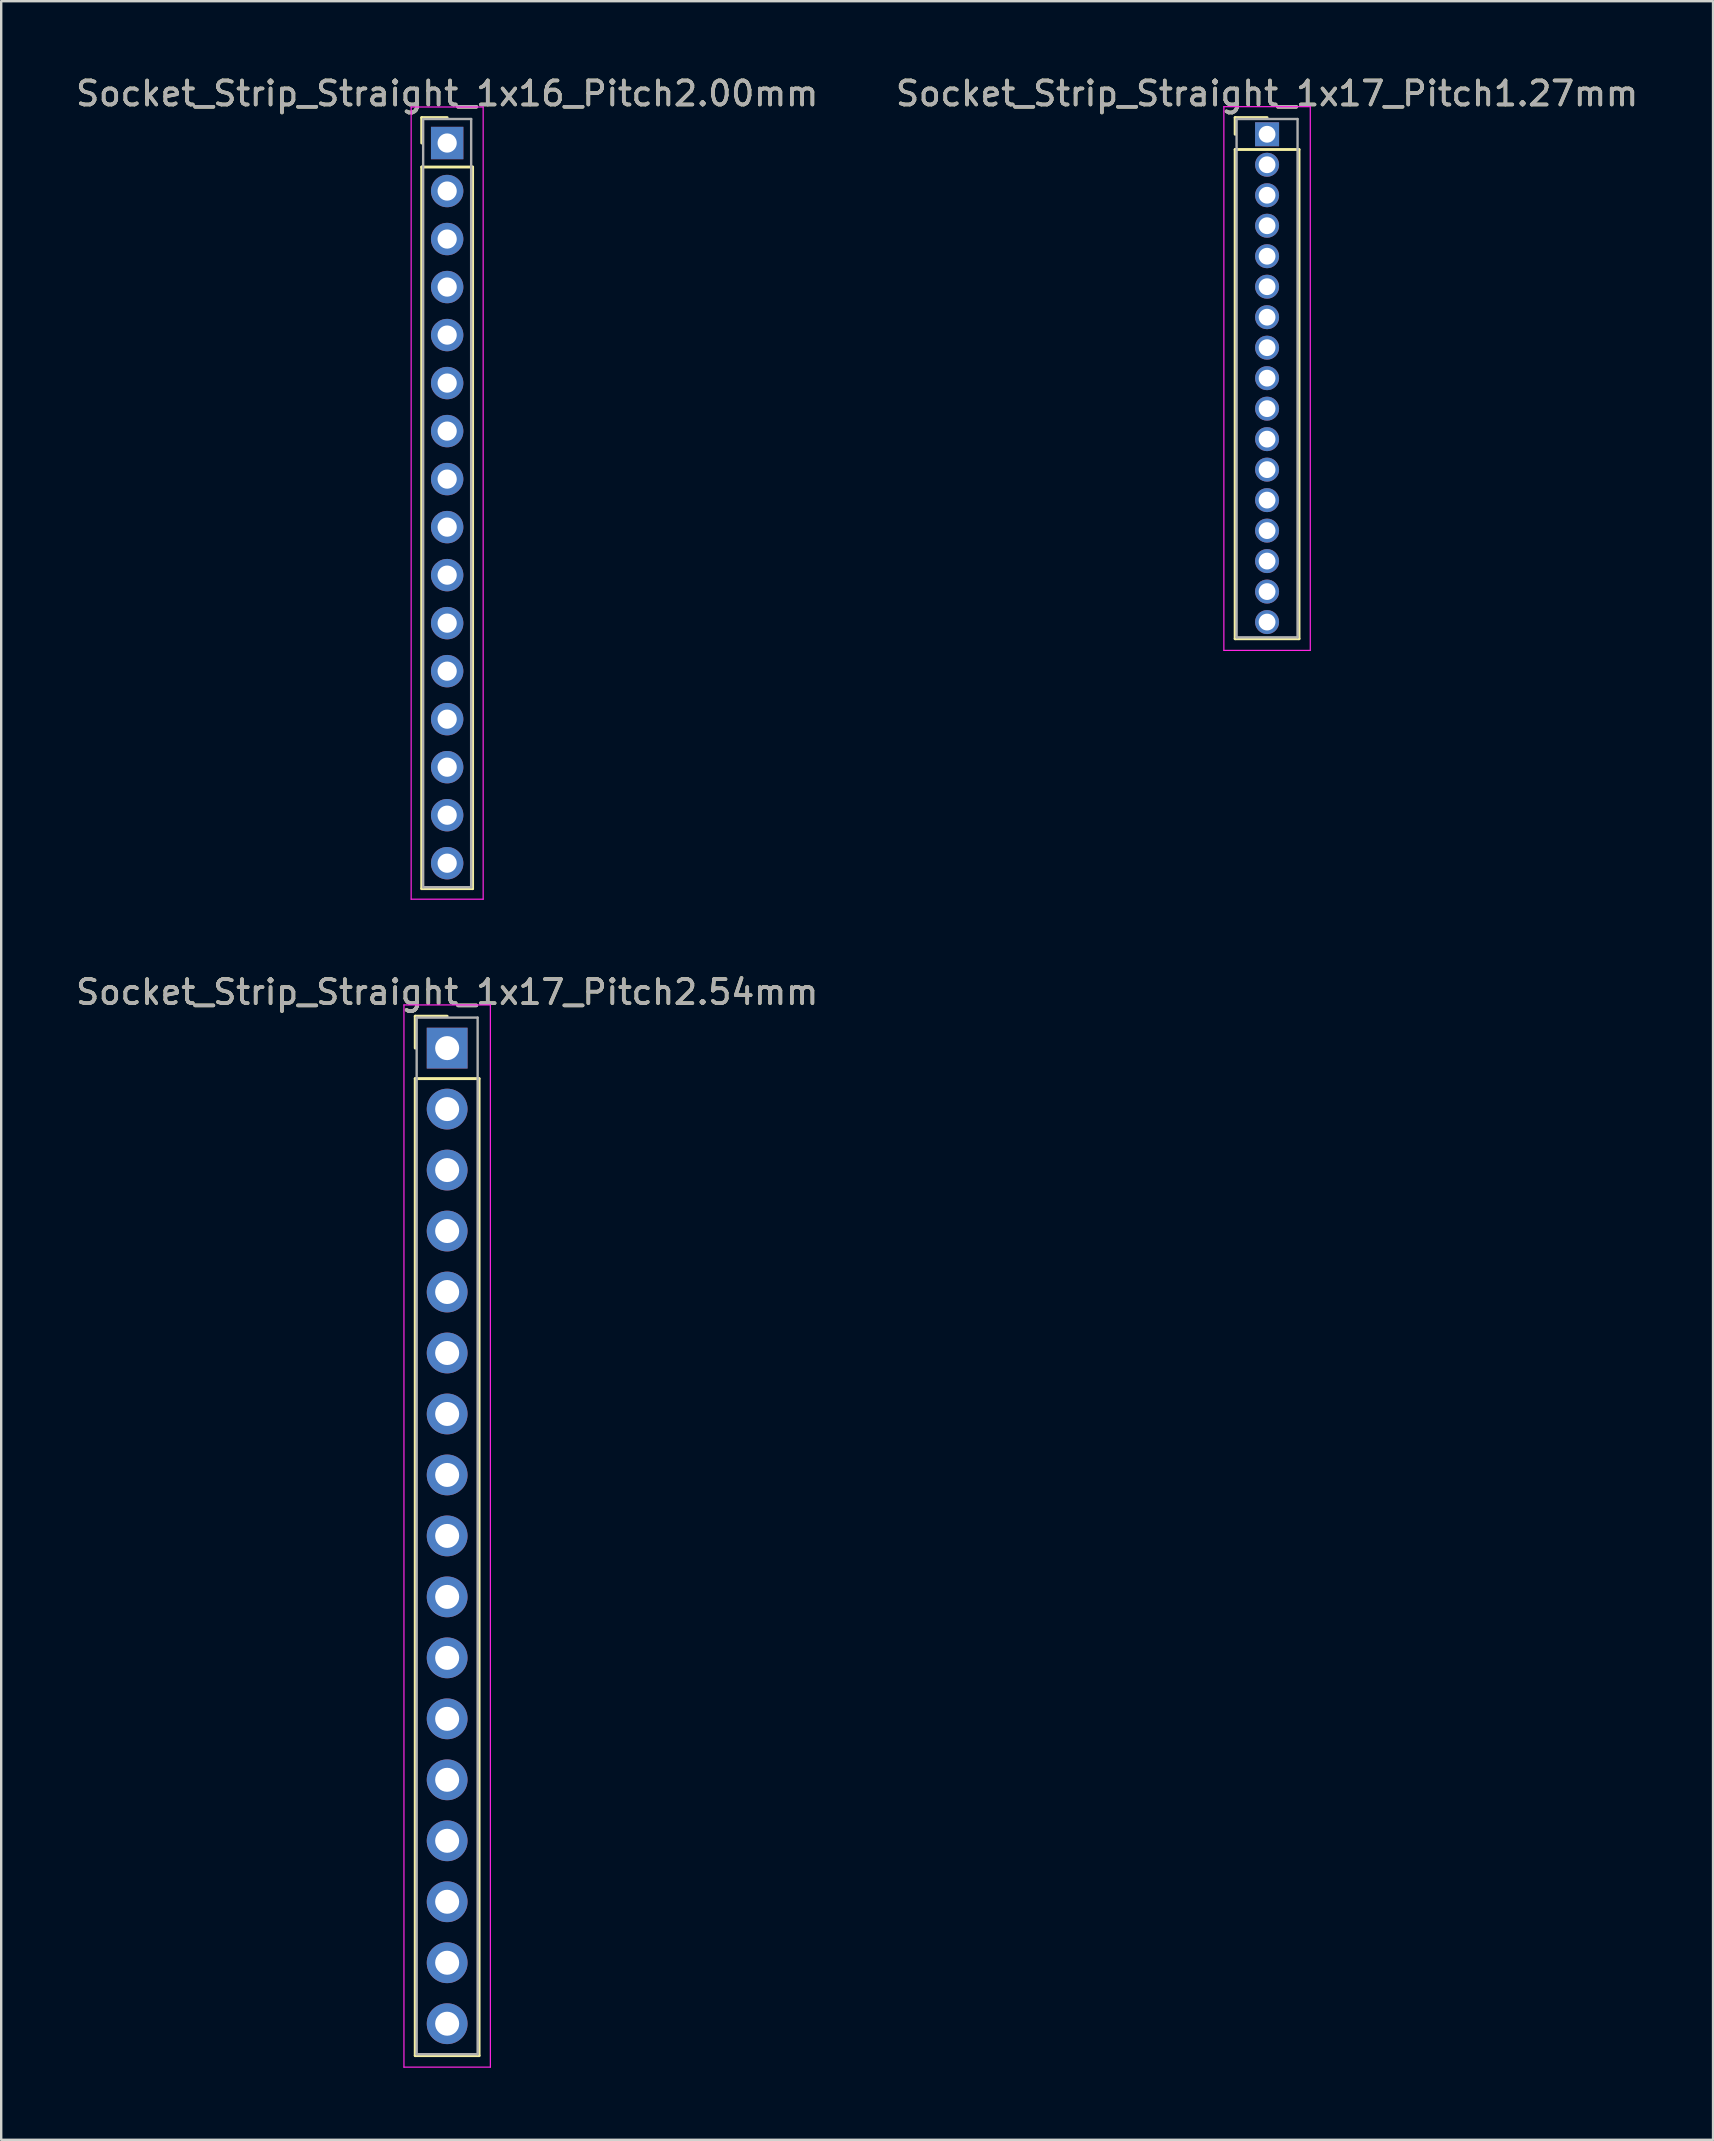
<source format=kicad_pcb>
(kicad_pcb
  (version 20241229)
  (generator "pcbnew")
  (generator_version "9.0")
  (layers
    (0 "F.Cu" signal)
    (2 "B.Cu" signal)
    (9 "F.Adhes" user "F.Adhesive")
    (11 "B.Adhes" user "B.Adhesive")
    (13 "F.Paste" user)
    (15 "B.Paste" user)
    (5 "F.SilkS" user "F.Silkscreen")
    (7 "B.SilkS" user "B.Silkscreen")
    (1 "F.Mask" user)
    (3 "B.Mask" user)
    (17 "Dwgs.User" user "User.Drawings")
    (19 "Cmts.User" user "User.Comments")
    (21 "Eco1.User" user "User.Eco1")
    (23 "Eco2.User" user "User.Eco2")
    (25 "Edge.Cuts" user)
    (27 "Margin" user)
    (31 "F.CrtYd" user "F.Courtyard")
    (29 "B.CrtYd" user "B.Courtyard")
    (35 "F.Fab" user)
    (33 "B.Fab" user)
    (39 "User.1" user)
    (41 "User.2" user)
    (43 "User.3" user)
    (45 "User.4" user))
  (footprint "Socket_Strip_Straight_1x17_Pitch2.54mm"
    (layer "F.Cu")
    (at 15.577 40.611)
    (property "Reference" "Socket_Strip_Straight_1x17_Pitch2.54mm" (at 0 -2.33 0) (layer "F.SilkS") (effects (font (size 1 1) (thickness 0.15))))
    (attr through_hole)
    (fp_line (start -1.33 -1.33) (end 0 -1.33) (stroke (width 0.12) (type solid)) (layer "F.SilkS"))
    (fp_line (start -1.33 0) (end -1.33 -1.33) (stroke (width 0.12) (type solid)) (layer "F.SilkS"))
    (fp_line (start -1.33 1.27) (end -1.33 41.97) (stroke (width 0.12) (type solid)) (layer "F.SilkS"))
    (fp_line (start -1.33 41.97) (end 1.33 41.97) (stroke (width 0.12) (type solid)) (layer "F.SilkS"))
    (fp_line (start 1.33 1.27) (end -1.33 1.27) (stroke (width 0.12) (type solid)) (layer "F.SilkS"))
    (fp_line (start 1.33 41.97) (end 1.33 1.27) (stroke (width 0.12) (type solid)) (layer "F.SilkS"))
    (fp_line (start -1.8 -1.8) (end -1.8 42.45) (stroke (width 0.05) (type solid)) (layer "F.CrtYd"))
    (fp_line (start -1.8 42.45) (end 1.8 42.45) (stroke (width 0.05) (type solid)) (layer "F.CrtYd"))
    (fp_line (start 1.8 -1.8) (end -1.8 -1.8) (stroke (width 0.05) (type solid)) (layer "F.CrtYd"))
    (fp_line (start 1.8 42.45) (end 1.8 -1.8) (stroke (width 0.05) (type solid)) (layer "F.CrtYd"))
    (fp_line (start -1.27 -1.27) (end -1.27 41.91) (stroke (width 0.1) (type solid)) (layer "F.Fab"))
    (fp_line (start -1.27 41.91) (end 1.27 41.91) (stroke (width 0.1) (type solid)) (layer "F.Fab"))
    (fp_line (start 1.27 -1.27) (end -1.27 -1.27) (stroke (width 0.1) (type solid)) (layer "F.Fab"))
    (fp_line (start 1.27 41.91) (end 1.27 -1.27) (stroke (width 0.1) (type solid)) (layer "F.Fab"))
    (fp_text user "${REFERENCE}" (at 0 -2.33 0) (layer "F.Fab") (effects (font (size 1 1) (thickness 0.15))))
    (pad "1" thru_hole rect (at 0 0) (size 1.7 1.7) (drill 1) (layers "*.Cu" "*.Mask"))
    (pad "2" thru_hole oval (at 0 2.54) (size 1.7 1.7) (drill 1) (layers "*.Cu" "*.Mask"))
    (pad "3" thru_hole oval (at 0 5.08) (size 1.7 1.7) (drill 1) (layers "*.Cu" "*.Mask"))
    (pad "4" thru_hole oval (at 0 7.62) (size 1.7 1.7) (drill 1) (layers "*.Cu" "*.Mask"))
    (pad "5" thru_hole oval (at 0 10.16) (size 1.7 1.7) (drill 1) (layers "*.Cu" "*.Mask"))
    (pad "6" thru_hole oval (at 0 12.7) (size 1.7 1.7) (drill 1) (layers "*.Cu" "*.Mask"))
    (pad "7" thru_hole oval (at 0 15.24) (size 1.7 1.7) (drill 1) (layers "*.Cu" "*.Mask"))
    (pad "8" thru_hole oval (at 0 17.78) (size 1.7 1.7) (drill 1) (layers "*.Cu" "*.Mask"))
    (pad "9" thru_hole oval (at 0 20.32) (size 1.7 1.7) (drill 1) (layers "*.Cu" "*.Mask"))
    (pad "10" thru_hole oval (at 0 22.86) (size 1.7 1.7) (drill 1) (layers "*.Cu" "*.Mask"))
    (pad "11" thru_hole oval (at 0 25.4) (size 1.7 1.7) (drill 1) (layers "*.Cu" "*.Mask"))
    (pad "12" thru_hole oval (at 0 27.94) (size 1.7 1.7) (drill 1) (layers "*.Cu" "*.Mask"))
    (pad "13" thru_hole oval (at 0 30.48) (size 1.7 1.7) (drill 1) (layers "*.Cu" "*.Mask"))
    (pad "14" thru_hole oval (at 0 33.02) (size 1.7 1.7) (drill 1) (layers "*.Cu" "*.Mask"))
    (pad "15" thru_hole oval (at 0 35.56) (size 1.7 1.7) (drill 1) (layers "*.Cu" "*.Mask"))
    (pad "16" thru_hole oval (at 0 38.1) (size 1.7 1.7) (drill 1) (layers "*.Cu" "*.Mask"))
    (pad "17" thru_hole oval (at 0 40.64) (size 1.7 1.7) (drill 1) (layers "*.Cu" "*.Mask")))
  (footprint "Socket_Strip_Straight_1x17_Pitch1.27mm"
    (layer "F.Cu")
    (at 49.732 2.543)
    (property "Reference" "Socket_Strip_Straight_1x17_Pitch1.27mm" (at 0 -1.695 0) (layer "F.SilkS") (effects (font (size 1 1) (thickness 0.15))))
    (attr through_hole)
    (fp_line (start -1.33 -0.695) (end 0 -0.695) (stroke (width 0.12) (type solid)) (layer "F.SilkS"))
    (fp_line (start -1.33 0) (end -1.33 -0.695) (stroke (width 0.12) (type solid)) (layer "F.SilkS"))
    (fp_line (start -1.33 0.635) (end -1.33 21.015) (stroke (width 0.12) (type solid)) (layer "F.SilkS"))
    (fp_line (start -1.33 21.015) (end 1.33 21.015) (stroke (width 0.12) (type solid)) (layer "F.SilkS"))
    (fp_line (start 1.33 0.635) (end -1.33 0.635) (stroke (width 0.12) (type solid)) (layer "F.SilkS"))
    (fp_line (start 1.33 21.015) (end 1.33 0.635) (stroke (width 0.12) (type solid)) (layer "F.SilkS"))
    (fp_line (start -1.8 -1.15) (end -1.8 21.5) (stroke (width 0.05) (type solid)) (layer "F.CrtYd"))
    (fp_line (start -1.8 21.5) (end 1.8 21.5) (stroke (width 0.05) (type solid)) (layer "F.CrtYd"))
    (fp_line (start 1.8 -1.15) (end -1.8 -1.15) (stroke (width 0.05) (type solid)) (layer "F.CrtYd"))
    (fp_line (start 1.8 21.5) (end 1.8 -1.15) (stroke (width 0.05) (type solid)) (layer "F.CrtYd"))
    (fp_line (start -1.27 -0.635) (end -1.27 20.955) (stroke (width 0.1) (type solid)) (layer "F.Fab"))
    (fp_line (start -1.27 20.955) (end 1.27 20.955) (stroke (width 0.1) (type solid)) (layer "F.Fab"))
    (fp_line (start 1.27 -0.635) (end -1.27 -0.635) (stroke (width 0.1) (type solid)) (layer "F.Fab"))
    (fp_line (start 1.27 20.955) (end 1.27 -0.635) (stroke (width 0.1) (type solid)) (layer "F.Fab"))
    (fp_text user "${REFERENCE}" (at 0 -1.695 0) (layer "F.Fab") (effects (font (size 1 1) (thickness 0.15))))
    (pad "1" thru_hole rect (at 0 0) (size 1 1) (drill 0.7) (layers "*.Cu" "*.Mask"))
    (pad "2" thru_hole oval (at 0 1.27) (size 1 1) (drill 0.7) (layers "*.Cu" "*.Mask"))
    (pad "3" thru_hole oval (at 0 2.54) (size 1 1) (drill 0.7) (layers "*.Cu" "*.Mask"))
    (pad "4" thru_hole oval (at 0 3.81) (size 1 1) (drill 0.7) (layers "*.Cu" "*.Mask"))
    (pad "5" thru_hole oval (at 0 5.08) (size 1 1) (drill 0.7) (layers "*.Cu" "*.Mask"))
    (pad "6" thru_hole oval (at 0 6.35) (size 1 1) (drill 0.7) (layers "*.Cu" "*.Mask"))
    (pad "7" thru_hole oval (at 0 7.62) (size 1 1) (drill 0.7) (layers "*.Cu" "*.Mask"))
    (pad "8" thru_hole oval (at 0 8.89) (size 1 1) (drill 0.7) (layers "*.Cu" "*.Mask"))
    (pad "9" thru_hole oval (at 0 10.16) (size 1 1) (drill 0.7) (layers "*.Cu" "*.Mask"))
    (pad "10" thru_hole oval (at 0 11.43) (size 1 1) (drill 0.7) (layers "*.Cu" "*.Mask"))
    (pad "11" thru_hole oval (at 0 12.7) (size 1 1) (drill 0.7) (layers "*.Cu" "*.Mask"))
    (pad "12" thru_hole oval (at 0 13.97) (size 1 1) (drill 0.7) (layers "*.Cu" "*.Mask"))
    (pad "13" thru_hole oval (at 0 15.24) (size 1 1) (drill 0.7) (layers "*.Cu" "*.Mask"))
    (pad "14" thru_hole oval (at 0 16.51) (size 1 1) (drill 0.7) (layers "*.Cu" "*.Mask"))
    (pad "15" thru_hole oval (at 0 17.78) (size 1 1) (drill 0.7) (layers "*.Cu" "*.Mask"))
    (pad "16" thru_hole oval (at 0 19.05) (size 1 1) (drill 0.7) (layers "*.Cu" "*.Mask"))
    (pad "17" thru_hole oval (at 0 20.32) (size 1 1) (drill 0.7) (layers "*.Cu" "*.Mask")))
  (footprint "Socket_Strip_Straight_1x16_Pitch2.00mm"
    (layer "F.Cu")
    (at 15.577 2.908)
    (property "Reference" "Socket_Strip_Straight_1x16_Pitch2.00mm" (at 0 -2.06 0) (layer "F.SilkS") (effects (font (size 1 1) (thickness 0.15))))
    (attr through_hole)
    (fp_line (start -1.06 -1.06) (end 0 -1.06) (stroke (width 0.12) (type solid)) (layer "F.SilkS"))
    (fp_line (start -1.06 0) (end -1.06 -1.06) (stroke (width 0.12) (type solid)) (layer "F.SilkS"))
    (fp_line (start -1.06 1) (end -1.06 31.06) (stroke (width 0.12) (type solid)) (layer "F.SilkS"))
    (fp_line (start -1.06 31.06) (end 1.06 31.06) (stroke (width 0.12) (type solid)) (layer "F.SilkS"))
    (fp_line (start 1.06 1) (end -1.06 1) (stroke (width 0.12) (type solid)) (layer "F.SilkS"))
    (fp_line (start 1.06 31.06) (end 1.06 1) (stroke (width 0.12) (type solid)) (layer "F.SilkS"))
    (fp_line (start -1.5 -1.5) (end -1.5 31.5) (stroke (width 0.05) (type solid)) (layer "F.CrtYd"))
    (fp_line (start -1.5 31.5) (end 1.5 31.5) (stroke (width 0.05) (type solid)) (layer "F.CrtYd"))
    (fp_line (start 1.5 -1.5) (end -1.5 -1.5) (stroke (width 0.05) (type solid)) (layer "F.CrtYd"))
    (fp_line (start 1.5 31.5) (end 1.5 -1.5) (stroke (width 0.05) (type solid)) (layer "F.CrtYd"))
    (fp_line (start -1 -1) (end -1 31) (stroke (width 0.1) (type solid)) (layer "F.Fab"))
    (fp_line (start -1 31) (end 1 31) (stroke (width 0.1) (type solid)) (layer "F.Fab"))
    (fp_line (start 1 -1) (end -1 -1) (stroke (width 0.1) (type solid)) (layer "F.Fab"))
    (fp_line (start 1 31) (end 1 -1) (stroke (width 0.1) (type solid)) (layer "F.Fab"))
    (fp_text user "${REFERENCE}" (at 0 -2.06 0) (layer "F.Fab") (effects (font (size 1 1) (thickness 0.15))))
    (pad "1" thru_hole rect (at 0 0) (size 1.35 1.35) (drill 0.8) (layers "*.Cu" "*.Mask"))
    (pad "2" thru_hole oval (at 0 2) (size 1.35 1.35) (drill 0.8) (layers "*.Cu" "*.Mask"))
    (pad "3" thru_hole oval (at 0 4) (size 1.35 1.35) (drill 0.8) (layers "*.Cu" "*.Mask"))
    (pad "4" thru_hole oval (at 0 6) (size 1.35 1.35) (drill 0.8) (layers "*.Cu" "*.Mask"))
    (pad "5" thru_hole oval (at 0 8) (size 1.35 1.35) (drill 0.8) (layers "*.Cu" "*.Mask"))
    (pad "6" thru_hole oval (at 0 10) (size 1.35 1.35) (drill 0.8) (layers "*.Cu" "*.Mask"))
    (pad "7" thru_hole oval (at 0 12) (size 1.35 1.35) (drill 0.8) (layers "*.Cu" "*.Mask"))
    (pad "8" thru_hole oval (at 0 14) (size 1.35 1.35) (drill 0.8) (layers "*.Cu" "*.Mask"))
    (pad "9" thru_hole oval (at 0 16) (size 1.35 1.35) (drill 0.8) (layers "*.Cu" "*.Mask"))
    (pad "10" thru_hole oval (at 0 18) (size 1.35 1.35) (drill 0.8) (layers "*.Cu" "*.Mask"))
    (pad "11" thru_hole oval (at 0 20) (size 1.35 1.35) (drill 0.8) (layers "*.Cu" "*.Mask"))
    (pad "12" thru_hole oval (at 0 22) (size 1.35 1.35) (drill 0.8) (layers "*.Cu" "*.Mask"))
    (pad "13" thru_hole oval (at 0 24) (size 1.35 1.35) (drill 0.8) (layers "*.Cu" "*.Mask"))
    (pad "14" thru_hole oval (at 0 26) (size 1.35 1.35) (drill 0.8) (layers "*.Cu" "*.Mask"))
    (pad "15" thru_hole oval (at 0 28) (size 1.35 1.35) (drill 0.8) (layers "*.Cu" "*.Mask"))
    (pad "16" thru_hole oval (at 0 30) (size 1.35 1.35) (drill 0.8) (layers "*.Cu" "*.Mask")))
  (gr_rect
    (start -3 -3)
    (end 68.31 86.087)
    (stroke (width 0.1) (type default))
    (fill no)
    (layer "Edge.Cuts")))
</source>
